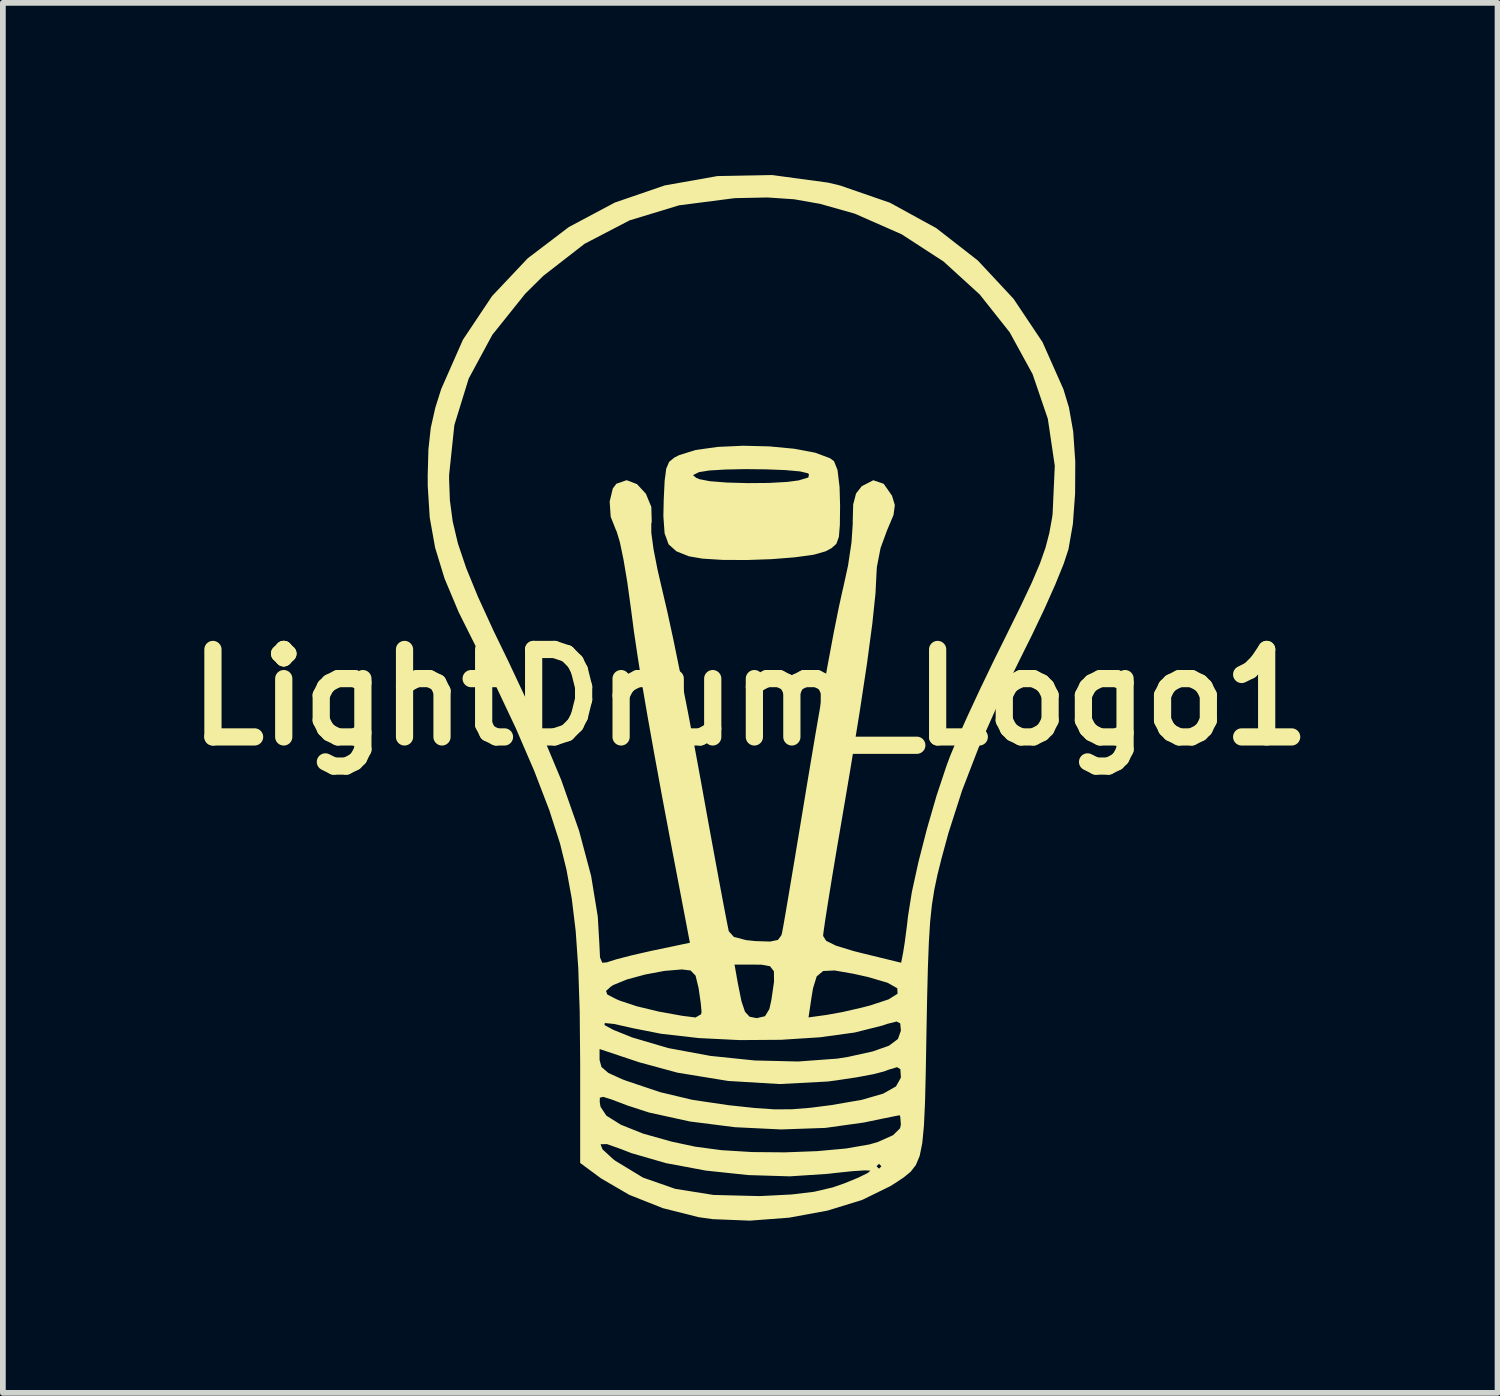
<source format=kicad_pcb>
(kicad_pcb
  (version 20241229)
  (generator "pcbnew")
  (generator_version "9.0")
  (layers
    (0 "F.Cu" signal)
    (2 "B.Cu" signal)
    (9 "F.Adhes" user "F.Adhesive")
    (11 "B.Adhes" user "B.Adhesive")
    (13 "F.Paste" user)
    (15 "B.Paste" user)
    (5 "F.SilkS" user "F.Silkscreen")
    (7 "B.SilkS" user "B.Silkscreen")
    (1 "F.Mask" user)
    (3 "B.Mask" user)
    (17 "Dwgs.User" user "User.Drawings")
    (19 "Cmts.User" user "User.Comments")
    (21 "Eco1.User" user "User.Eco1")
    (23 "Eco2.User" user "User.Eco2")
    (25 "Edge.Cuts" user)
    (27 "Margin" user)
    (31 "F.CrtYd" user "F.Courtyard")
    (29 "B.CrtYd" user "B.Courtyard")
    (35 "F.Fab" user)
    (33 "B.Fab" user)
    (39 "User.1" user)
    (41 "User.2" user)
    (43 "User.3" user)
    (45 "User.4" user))
  (footprint "LightDrum_Logo1"
    (layer "F.Cu")
    (at 10.022 9.101)
    (property "Reference" "LightDrum_Logo1" (at 0 0 0) (layer "F.SilkS") (effects (font (size 1.524 1.524) (thickness 0.3))))
    (attr board_only exclude_from_pos_files exclude_from_bom)
    (fp_poly (pts (xy 0.333 -4.373) (xy 0.765 -4.332) (xy 1.132 -4.263) (xy 1.39 -4.167) (xy 1.46 -4.115) (xy 1.521 -3.963) (xy 1.557 -3.664) (xy 1.566 -3.339) (xy 1.562 -3.003) (xy 1.545 -2.796) (xy 1.501 -2.675) (xy 1.416 -2.599) (xy 1.312 -2.544) (xy 1.105 -2.485) (xy 0.777 -2.44) (xy 0.372 -2.408) (xy -0.061 -2.393) (xy -0.478 -2.395) (xy -0.83 -2.417) (xy -1.069 -2.458) (xy -1.286 -2.545) (xy -1.422 -2.666) (xy -1.492 -2.859) (xy -1.513 -3.159) (xy -1.507 -3.441) (xy -1.491 -3.776) (xy -1.478 -3.872) (xy -0.997 -3.872) (xy -0.943 -3.826) (xy -0.883 -3.801) (xy -0.702 -3.766) (xy -0.406 -3.743) (xy -0.047 -3.733) (xy 0.322 -3.736) (xy 0.646 -3.754) (xy 0.843 -3.78) (xy 1.013 -3.831) (xy 1.024 -3.889) (xy 1.002 -3.905) (xy 0.868 -3.937) (xy 0.612 -3.96) (xy 0.279 -3.973) (xy -0.084 -3.977) (xy -0.43 -3.97) (xy -0.714 -3.953) (xy -0.888 -3.925) (xy -0.897 -3.922) (xy -0.997 -3.872) (xy -1.478 -3.872) (xy -1.464 -3.983) (xy -1.413 -4.103) (xy -1.322 -4.178) (xy -1.237 -4.221) (xy -0.952 -4.31) (xy -0.567 -4.364) (xy -0.125 -4.384)) (stroke (width 0) (type solid)) (fill yes) (layer "F.SilkS"))
    (fp_poly (pts (xy 1.356 -8.969) (xy 1.566 -8.919) (xy 2.436 -8.618) (xy 3.242 -8.176) (xy 3.966 -7.612) (xy 4.589 -6.944) (xy 5.093 -6.19) (xy 5.458 -5.368) (xy 5.554 -5.051) (xy 5.628 -4.631) (xy 5.664 -4.11) (xy 5.661 -3.551) (xy 5.622 -3.019) (xy 5.545 -2.579) (xy 5.462 -2.327) (xy 5.315 -1.965) (xy 5.123 -1.534) (xy 4.903 -1.072) (xy 4.783 -0.832) (xy 4.339 0.068) (xy 3.981 0.873) (xy 3.691 1.625) (xy 3.454 2.364) (xy 3.331 2.816) (xy 3.261 3.098) (xy 3.207 3.356) (xy 3.166 3.617) (xy 3.135 3.91) (xy 3.113 4.263) (xy 3.096 4.705) (xy 3.082 5.264) (xy 3.071 5.842) (xy 3.059 6.524) (xy 3.046 7.057) (xy 3.027 7.465) (xy 2.998 7.768) (xy 2.953 7.989) (xy 2.887 8.148) (xy 2.795 8.267) (xy 2.672 8.367) (xy 2.513 8.472) (xy 2.441 8.517) (xy 1.951 8.757) (xy 1.347 8.943) (xy 0.679 9.066) (xy -0.005 9.118) (xy -0.656 9.092) (xy -0.902 9.057) (xy -1.524 8.9) (xy -2.108 8.668) (xy -2.592 8.386) (xy -2.608 8.375) (xy -2.963 8.113) (xy -2.963 7.787) (xy -2.608 7.787) (xy -2.574 7.875) (xy -2.393 8.042) (xy -2.349 8.076) (xy -1.868 8.368) (xy -1.306 8.564) (xy -0.641 8.67) (xy 0.149 8.69) (xy 0.212 8.688) (xy 0.721 8.662) (xy 1.112 8.615) (xy 1.437 8.539) (xy 1.636 8.47) (xy 1.885 8.368) (xy 2.051 8.286) (xy 2.095 8.247) (xy 2.001 8.242) (xy 1.781 8.256) (xy 1.475 8.288) (xy 1.348 8.303) (xy 0.689 8.346) (xy -0.035 8.324) (xy -0.772 8.246) (xy -1.178 8.17) (xy 2.201 8.17) (xy 2.244 8.213) (xy 2.286 8.17) (xy 2.244 8.128) (xy 2.201 8.17) (xy -1.178 8.17) (xy -1.468 8.116) (xy -2.069 7.942) (xy -2.246 7.873) (xy -2.497 7.784) (xy -2.608 7.787) (xy -2.963 7.787) (xy -2.963 7.049) (xy -2.622 7.049) (xy -2.609 7.133) (xy -2.506 7.289) (xy -2.253 7.447) (xy -1.868 7.601) (xy -1.37 7.741) (xy -0.959 7.829) (xy -0.502 7.89) (xy 0.035 7.923) (xy 0.605 7.928) (xy 1.165 7.907) (xy 1.669 7.861) (xy 2.073 7.791) (xy 2.223 7.748) (xy 2.489 7.629) (xy 2.611 7.509) (xy 2.625 7.443) (xy 2.615 7.309) (xy 2.603 7.281) (xy 2.517 7.298) (xy 2.308 7.34) (xy 2.02 7.4) (xy 1.99 7.407) (xy 1.309 7.502) (xy 0.539 7.529) (xy -0.266 7.49) (xy -1.052 7.39) (xy -1.763 7.234) (xy -2.138 7.112) (xy -2.412 7.008) (xy -2.561 6.961) (xy -2.62 6.975) (xy -2.622 7.049) (xy -2.963 7.049) (xy -2.963 6.362) (xy -2.965 6.128) (xy -2.625 6.128) (xy -2.625 6.318) (xy -2.592 6.441) (xy -2.471 6.545) (xy -2.228 6.655) (xy -2.159 6.681) (xy -1.57 6.879) (xy -1.008 7.013) (xy -0.38 7.106) (xy 0.077 7.155) (xy 0.427 7.179) (xy 0.732 7.177) (xy 1.053 7.151) (xy 1.411 7.105) (xy 1.944 7.013) (xy 2.317 6.905) (xy 2.54 6.779) (xy 2.624 6.629) (xy 2.625 6.608) (xy 2.616 6.479) (xy 2.559 6.444) (xy 2.406 6.49) (xy 2.332 6.518) (xy 2.151 6.565) (xy 1.854 6.621) (xy 1.494 6.675) (xy 1.348 6.694) (xy 0.512 6.738) (xy -0.384 6.684) (xy -1.266 6.54) (xy -1.926 6.361) (xy -2.625 6.128) (xy -2.965 6.128) (xy -2.969 5.71) (xy -2.539 5.71) (xy -2.384 5.794) (xy -2.069 5.921) (xy -2.063 5.924) (xy -1.429 6.111) (xy -0.696 6.247) (xy 0.078 6.327) (xy 0.834 6.345) (xy 1.515 6.295) (xy 1.703 6.265) (xy 2.134 6.17) (xy 2.417 6.07) (xy 2.574 5.953) (xy 2.625 5.809) (xy 2.625 5.799) (xy 2.614 5.681) (xy 2.552 5.648) (xy 2.393 5.688) (xy 2.302 5.719) (xy 1.82 5.84) (xy 1.216 5.923) (xy 0.533 5.967) (xy -0.184 5.972) (xy -0.893 5.937) (xy -1.551 5.862) (xy -2.048 5.764) (xy -2.371 5.691) (xy -2.534 5.675) (xy -2.539 5.71) (xy -2.969 5.71) (xy -2.971 5.468) (xy -2.983 5.116) (xy -2.512 5.116) (xy -2.49 5.178) (xy -2.337 5.257) (xy -2.266 5.287) (xy -1.975 5.383) (xy -1.59 5.476) (xy -1.184 5.549) (xy -0.953 5.578) (xy -0.856 5.522) (xy -0.848 5.482) (xy -0.861 5.333) (xy -0.894 5.103) (xy -0.901 5.059) (xy -0.952 4.849) (xy -1.039 4.759) (xy -1.192 4.741) (xy -1.492 4.766) (xy -1.833 4.83) (xy -2.152 4.917) (xy -2.385 5.012) (xy -2.425 5.037) (xy -2.512 5.116) (xy -2.983 5.116) (xy -2.996 4.714) (xy -3 4.657) (xy -0.273 4.657) (xy -0.217 4.974) (xy -0.153 5.293) (xy -0.091 5.478) (xy -0.011 5.565) (xy 0.106 5.588) (xy 0.122 5.588) (xy 0.167 5.577) (xy 1.016 5.577) (xy 1.333 5.533) (xy 1.608 5.483) (xy 1.941 5.407) (xy 2.091 5.368) (xy 2.41 5.263) (xy 2.568 5.164) (xy 2.563 5.069) (xy 2.393 4.973) (xy 2.057 4.874) (xy 1.797 4.816) (xy 1.471 4.759) (xy 1.271 4.768) (xy 1.158 4.863) (xy 1.095 5.067) (xy 1.069 5.223) (xy 1.016 5.577) (xy 0.167 5.577) (xy 0.258 5.556) (xy 0.334 5.431) (xy 0.369 5.271) (xy 0.415 4.956) (xy 0.413 4.773) (xy 0.345 4.685) (xy 0.195 4.658) (xy 0.075 4.657) (xy -0.273 4.657) (xy -3 4.657) (xy -3.041 4.071) (xy -3.109 3.509) (xy -3.202 3) (xy -3.315 2.542) (xy -3.502 1.962) (xy -3.764 1.28) (xy -4.085 0.536) (xy -4.447 -0.231) (xy -4.74 -0.804) (xy -5.08 -1.484) (xy -5.326 -2.071) (xy -5.49 -2.607) (xy -5.584 -3.131) (xy -5.619 -3.685) (xy -5.619 -3.81) (xy -5.247 -3.81) (xy -5.233 -3.432) (xy -5.184 -3.065) (xy -5.093 -2.681) (xy -4.949 -2.254) (xy -4.745 -1.755) (xy -4.471 -1.157) (xy -4.215 -0.63) (xy -3.7 0.466) (xy -3.29 1.447) (xy -2.982 2.324) (xy -2.772 3.111) (xy -2.656 3.82) (xy -2.628 4.306) (xy -2.617 4.532) (xy -2.578 4.624) (xy -2.493 4.617) (xy -2.477 4.61) (xy -2.324 4.562) (xy -2.06 4.494) (xy -1.736 4.42) (xy -1.689 4.41) (xy -1.051 4.276) (xy -1.156 3.725) (xy -1.357 2.675) (xy -1.527 1.773) (xy -1.669 1) (xy -1.787 0.34) (xy -1.884 -0.226) (xy -1.962 -0.716) (xy -2.026 -1.147) (xy -2.077 -1.538) (xy -2.081 -1.566) (xy -2.142 -2.009) (xy -2.208 -2.402) (xy -2.272 -2.708) (xy -2.328 -2.893) (xy -2.341 -2.919) (xy -2.431 -3.147) (xy -2.449 -3.411) (xy -2.395 -3.638) (xy -2.332 -3.722) (xy -2.153 -3.784) (xy -1.972 -3.715) (xy -1.818 -3.548) (xy -1.723 -3.319) (xy -1.716 -3.061) (xy -1.724 -3.022) (xy -1.723 -2.864) (xy -1.685 -2.583) (xy -1.614 -2.221) (xy -1.526 -1.842) (xy -1.444 -1.491) (xy -1.339 -1.007) (xy -1.22 -0.425) (xy -1.092 0.223) (xy -0.962 0.902) (xy -0.845 1.539) (xy -0.733 2.16) (xy -0.628 2.732) (xy -0.536 3.23) (xy -0.46 3.634) (xy -0.405 3.921) (xy -0.375 4.067) (xy -0.372 4.077) (xy -0.285 4.174) (xy -0.072 4.23) (xy 0.092 4.247) (xy 0.349 4.255) (xy 0.484 4.226) (xy 0.544 4.144) (xy 0.554 4.106) (xy 0.577 3.983) (xy 0.624 3.714) (xy 0.69 3.322) (xy 0.773 2.829) (xy 0.868 2.256) (xy 0.972 1.626) (xy 1.017 1.355) (xy 1.131 0.676) (xy 1.245 0.017) (xy 1.355 -0.592) (xy 1.455 -1.126) (xy 1.541 -1.555) (xy 1.606 -1.852) (xy 1.619 -1.905) (xy 1.705 -2.298) (xy 1.765 -2.7) (xy 1.787 -3.03) (xy 1.786 -3.055) (xy 1.794 -3.36) (xy 1.844 -3.552) (xy 1.943 -3.679) (xy 2.144 -3.783) (xy 2.326 -3.721) (xy 2.471 -3.513) (xy 2.52 -3.35) (xy 2.497 -3.178) (xy 2.393 -2.93) (xy 2.386 -2.915) (xy 2.271 -2.601) (xy 2.207 -2.271) (xy 2.201 -2.173) (xy 2.183 -1.812) (xy 2.128 -1.287) (xy 2.036 -0.597) (xy 1.907 0.255) (xy 1.742 1.271) (xy 1.613 2.032) (xy 1.516 2.598) (xy 1.43 3.112) (xy 1.359 3.551) (xy 1.306 3.888) (xy 1.276 4.099) (xy 1.27 4.157) (xy 1.323 4.242) (xy 1.495 4.327) (xy 1.807 4.422) (xy 1.95 4.458) (xy 2.63 4.624) (xy 2.664 4.45) (xy 2.693 4.268) (xy 2.729 3.993) (xy 2.75 3.81) (xy 2.817 3.39) (xy 2.932 2.866) (xy 3.08 2.289) (xy 3.247 1.713) (xy 3.421 1.19) (xy 3.486 1.016) (xy 3.605 0.73) (xy 3.784 0.332) (xy 4.003 -0.139) (xy 4.246 -0.644) (xy 4.451 -1.058) (xy 4.713 -1.59) (xy 4.908 -2.003) (xy 5.048 -2.332) (xy 5.145 -2.607) (xy 5.211 -2.86) (xy 5.259 -3.124) (xy 5.269 -3.196) (xy 5.307 -4.035) (xy 5.186 -4.853) (xy 4.92 -5.633) (xy 4.521 -6.361) (xy 3.999 -7.02) (xy 3.368 -7.595) (xy 2.638 -8.069) (xy 1.822 -8.428) (xy 1.217 -8.599) (xy 0.764 -8.679) (xy 0.302 -8.71) (xy -0.242 -8.699) (xy -0.289 -8.696) (xy -1.241 -8.573) (xy -2.102 -8.311) (xy -2.886 -7.903) (xy -3.606 -7.344) (xy -3.921 -7.032) (xy -4.494 -6.316) (xy -4.905 -5.555) (xy -5.155 -4.745) (xy -5.246 -3.88) (xy -5.247 -3.81) (xy -5.619 -3.81) (xy -5.62 -3.852) (xy -5.607 -4.322) (xy -5.566 -4.696) (xy -5.487 -5.047) (xy -5.384 -5.373) (xy -5.006 -6.231) (xy -4.498 -6.992) (xy -3.877 -7.65) (xy -3.159 -8.196) (xy -2.358 -8.622) (xy -1.49 -8.92) (xy -0.572 -9.083) (xy 0.382 -9.101)) (stroke (width 0) (type solid)) (fill yes) (layer "F.SilkS")))
  (gr_rect
    (start -3 -3)
    (end 23.044 21.22)
    (stroke (width 0.1) (type default))
    (fill no)
    (layer "Edge.Cuts")))
</source>
